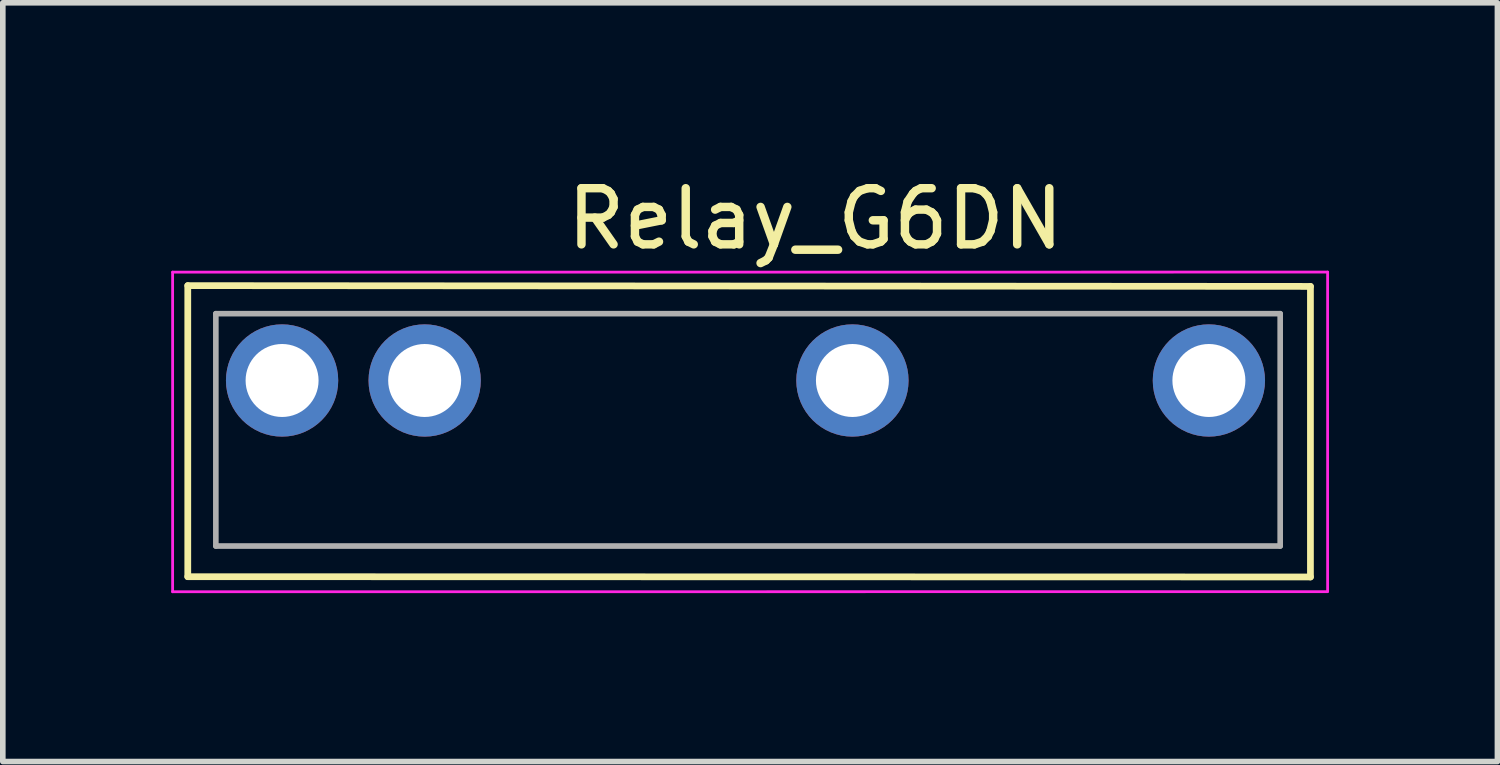
<source format=kicad_pcb>
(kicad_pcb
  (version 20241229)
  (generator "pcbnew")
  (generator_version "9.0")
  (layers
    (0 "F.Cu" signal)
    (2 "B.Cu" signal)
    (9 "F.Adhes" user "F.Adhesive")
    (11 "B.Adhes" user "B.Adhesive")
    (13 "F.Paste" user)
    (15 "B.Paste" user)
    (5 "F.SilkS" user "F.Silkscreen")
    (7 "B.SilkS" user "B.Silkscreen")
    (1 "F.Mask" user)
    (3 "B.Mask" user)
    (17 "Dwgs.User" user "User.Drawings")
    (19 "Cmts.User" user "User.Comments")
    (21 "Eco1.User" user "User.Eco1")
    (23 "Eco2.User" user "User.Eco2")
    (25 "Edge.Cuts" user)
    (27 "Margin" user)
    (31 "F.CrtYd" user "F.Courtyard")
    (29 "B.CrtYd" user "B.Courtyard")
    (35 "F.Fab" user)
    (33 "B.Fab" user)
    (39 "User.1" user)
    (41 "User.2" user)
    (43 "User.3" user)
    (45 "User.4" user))
  (footprint "Relay_G6DN"
    (layer "F.Cu")
    (at 8.325 4.998)
    (property "Reference" "Relay_G6DN" (at 3.15 -4.15 180) (layer "F.SilkS") (effects (font (size 1 1) (thickness 0.15))))
    (attr through_hole)
    (fp_line (start -8.03 -2.96) (end 11.969 -2.946) (stroke (width 0.12) (type solid)) (layer "F.SilkS"))
    (fp_line (start -8.03 2.225) (end -8.03 -2.96) (stroke (width 0.12) (type solid)) (layer "F.SilkS"))
    (fp_line (start -8.03 2.225) (end 11.969 2.23) (stroke (width 0.12) (type solid)) (layer "F.SilkS"))
    (fp_line (start 11.969 2.23) (end 11.969 -2.946) (stroke (width 0.12) (type solid)) (layer "F.SilkS"))
    (fp_line (start -8.3 -3.2) (end 12.275 -3.201) (stroke (width 0.05) (type solid)) (layer "F.CrtYd"))
    (fp_line (start -8.3 2.493) (end -8.3 -3.2) (stroke (width 0.05) (type solid)) (layer "F.CrtYd"))
    (fp_line (start 12.275 -3.201) (end 12.275 2.485) (stroke (width 0.05) (type solid)) (layer "F.CrtYd"))
    (fp_line (start 12.275 2.492) (end -8.3 2.493) (stroke (width 0.05) (type solid)) (layer "F.CrtYd"))
    (fp_line (start -7.53 -2.46) (end 11.43 -2.46) (stroke (width 0.1) (type solid)) (layer "F.Fab"))
    (fp_line (start -7.53 1.679) (end -7.53 -2.46) (stroke (width 0.1) (type solid)) (layer "F.Fab"))
    (fp_line (start 11.43 -2.46) (end 11.43 1.679) (stroke (width 0.1) (type solid)) (layer "F.Fab"))
    (fp_line (start 11.43 1.679) (end -7.53 1.679) (stroke (width 0.1) (type solid)) (layer "F.Fab"))
    (pad "1" thru_hole circle (at -6.35 -1.27 180) (size 2 2) (drill 1.3) (layers "*.Cu" "*.Mask"))
    (pad "2" thru_hole circle (at -3.81 -1.27 180) (size 2 2) (drill 1.3) (layers "*.Cu" "*.Mask"))
    (pad "3" thru_hole circle (at 3.81 -1.27 180) (size 2 2) (drill 1.3) (layers "*.Cu" "*.Mask"))
    (pad "4" thru_hole circle (at 10.16 -1.27 180) (size 2 2) (drill 1.3) (layers "*.Cu" "B.Mask")))
  (gr_rect
    (start -3 -3)
    (end 23.625 10.516)
    (stroke (width 0.1) (type default))
    (fill no)
    (layer "Edge.Cuts")))
</source>
